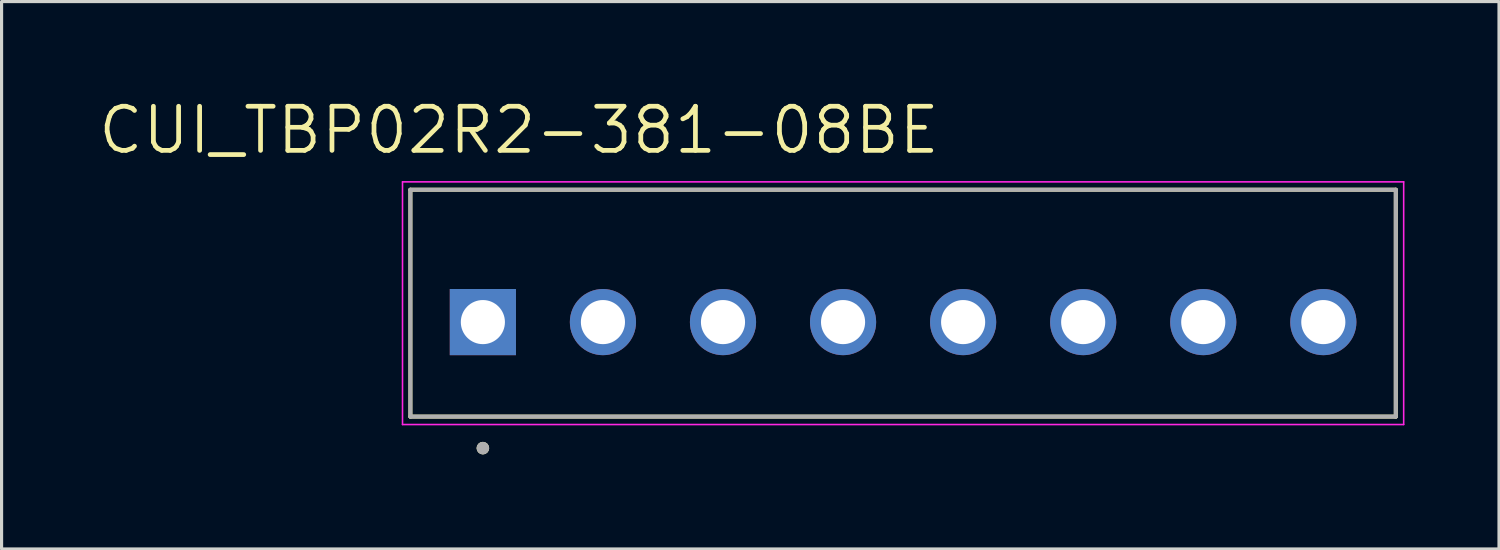
<source format=kicad_pcb>
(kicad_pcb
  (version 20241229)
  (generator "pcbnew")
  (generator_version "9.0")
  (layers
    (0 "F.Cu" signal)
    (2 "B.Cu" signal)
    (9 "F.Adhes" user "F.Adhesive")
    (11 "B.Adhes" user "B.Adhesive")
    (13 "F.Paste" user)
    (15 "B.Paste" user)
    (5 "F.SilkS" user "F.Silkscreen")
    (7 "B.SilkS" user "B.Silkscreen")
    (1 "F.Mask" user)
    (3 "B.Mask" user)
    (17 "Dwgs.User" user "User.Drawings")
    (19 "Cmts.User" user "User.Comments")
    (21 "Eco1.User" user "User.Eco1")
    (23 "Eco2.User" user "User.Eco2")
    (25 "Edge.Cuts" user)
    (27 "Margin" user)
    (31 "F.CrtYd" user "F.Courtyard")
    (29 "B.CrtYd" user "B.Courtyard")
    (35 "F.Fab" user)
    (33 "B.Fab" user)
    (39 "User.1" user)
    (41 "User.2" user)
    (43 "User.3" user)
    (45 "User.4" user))
  (footprint "CUI_TBP02R2-381-08BE"
    (layer "F.Cu")
    (at 12.273 7.171)
    (property "Reference" "CUI_TBP02R2-381-08BE" (at 1.145 -6.089 0) (layer "F.SilkS") (effects (font (size 1.4 1.4) (thickness 0.15))))
    (attr through_hole)
    (fp_line (start -2.3 -4.2) (end 28.97 -4.2) (stroke (width 0.127) (type solid)) (layer "F.SilkS"))
    (fp_line (start -2.3 3) (end -2.3 -4.2) (stroke (width 0.127) (type solid)) (layer "F.SilkS"))
    (fp_line (start 28.97 -4.2) (end 28.97 3) (stroke (width 0.127) (type solid)) (layer "F.SilkS"))
    (fp_line (start 28.97 3) (end -2.3 3) (stroke (width 0.127) (type solid)) (layer "F.SilkS"))
    (fp_circle (center 0 4) (end 0.1 4) (stroke (width 0.2) (type solid)) (fill no) (layer "F.SilkS"))
    (fp_line (start -2.55 -4.45) (end 29.22 -4.45) (stroke (width 0.05) (type solid)) (layer "F.CrtYd"))
    (fp_line (start -2.55 3.25) (end -2.55 -4.45) (stroke (width 0.05) (type solid)) (layer "F.CrtYd"))
    (fp_line (start 29.22 -4.45) (end 29.22 3.25) (stroke (width 0.05) (type solid)) (layer "F.CrtYd"))
    (fp_line (start 29.22 3.25) (end -2.55 3.25) (stroke (width 0.05) (type solid)) (layer "F.CrtYd"))
    (fp_line (start -2.3 -4.2) (end 28.97 -4.2) (stroke (width 0.127) (type solid)) (layer "F.Fab"))
    (fp_line (start -2.3 3) (end -2.3 -4.2) (stroke (width 0.127) (type solid)) (layer "F.Fab"))
    (fp_line (start 28.97 -4.2) (end 28.97 3) (stroke (width 0.127) (type solid)) (layer "F.Fab"))
    (fp_line (start 28.97 3) (end -2.3 3) (stroke (width 0.127) (type solid)) (layer "F.Fab"))
    (fp_circle (center 0 4) (end 0.1 4) (stroke (width 0.2) (type solid)) (fill no) (layer "F.Fab"))
    (pad "1" thru_hole rect (at 0 0) (size 2.1 2.1) (drill 1.4) (layers "*.Cu" "*.Mask"))
    (pad "2" thru_hole circle (at 3.81 0) (size 2.1 2.1) (drill 1.4) (layers "*.Cu" "*.Mask"))
    (pad "3" thru_hole circle (at 7.62 0) (size 2.1 2.1) (drill 1.4) (layers "*.Cu" "*.Mask"))
    (pad "4" thru_hole circle (at 11.43 0) (size 2.1 2.1) (drill 1.4) (layers "*.Cu" "*.Mask"))
    (pad "5" thru_hole circle (at 15.24 0) (size 2.1 2.1) (drill 1.4) (layers "*.Cu" "*.Mask"))
    (pad "6" thru_hole circle (at 19.05 0) (size 2.1 2.1) (drill 1.4) (layers "*.Cu" "*.Mask"))
    (pad "7" thru_hole circle (at 22.86 0) (size 2.1 2.1) (drill 1.4) (layers "*.Cu" "*.Mask"))
    (pad "8" thru_hole circle (at 26.67 0) (size 2.1 2.1) (drill 1.4) (layers "*.Cu" "*.Mask")))
  (gr_rect
    (start -3 -3)
    (end 44.518 14.371)
    (stroke (width 0.1) (type default))
    (fill no)
    (layer "Edge.Cuts")))
</source>
